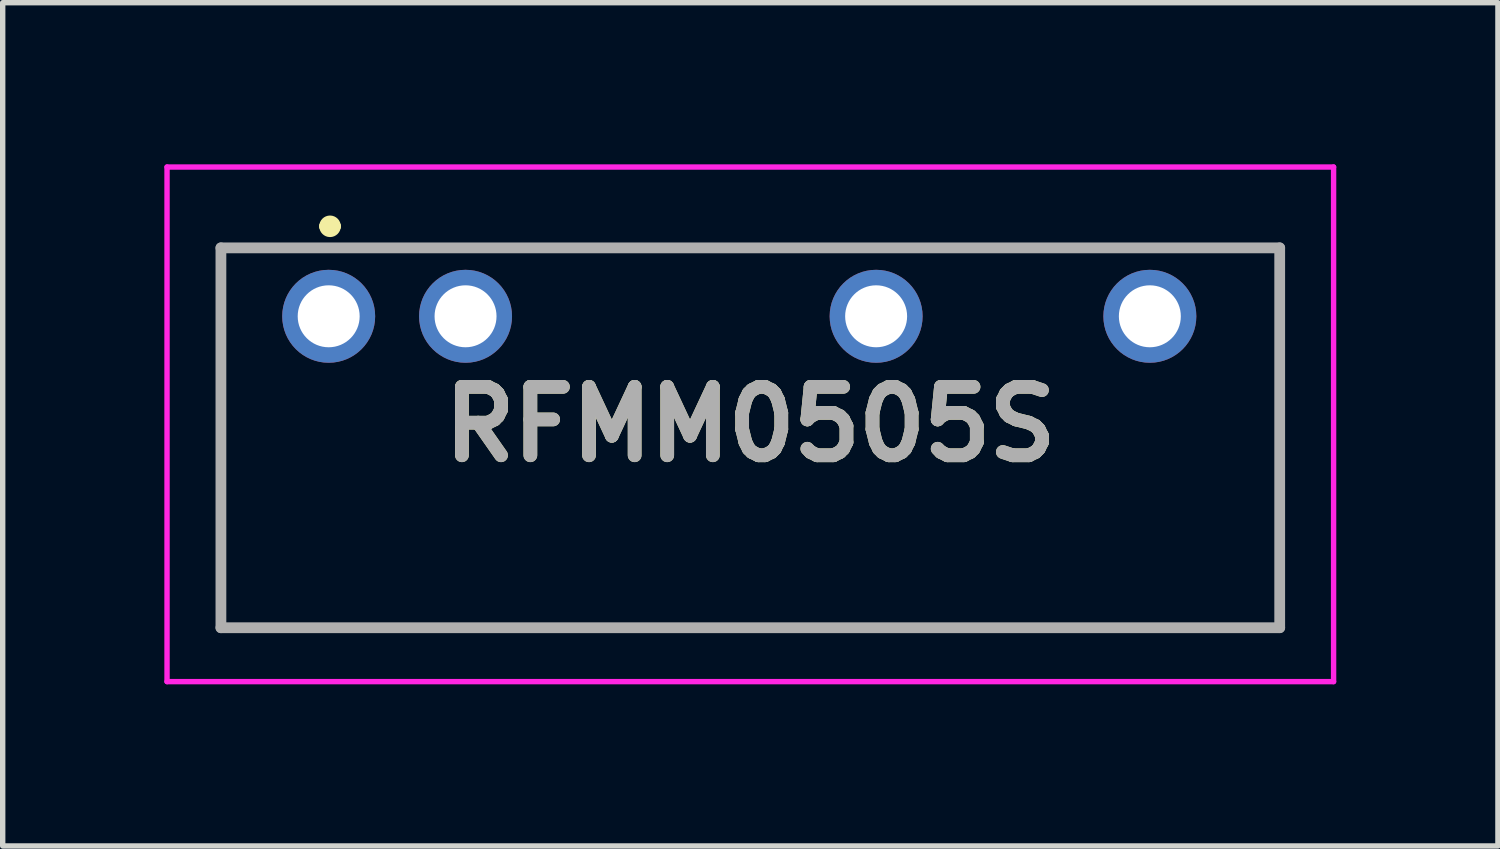
<source format=kicad_pcb>
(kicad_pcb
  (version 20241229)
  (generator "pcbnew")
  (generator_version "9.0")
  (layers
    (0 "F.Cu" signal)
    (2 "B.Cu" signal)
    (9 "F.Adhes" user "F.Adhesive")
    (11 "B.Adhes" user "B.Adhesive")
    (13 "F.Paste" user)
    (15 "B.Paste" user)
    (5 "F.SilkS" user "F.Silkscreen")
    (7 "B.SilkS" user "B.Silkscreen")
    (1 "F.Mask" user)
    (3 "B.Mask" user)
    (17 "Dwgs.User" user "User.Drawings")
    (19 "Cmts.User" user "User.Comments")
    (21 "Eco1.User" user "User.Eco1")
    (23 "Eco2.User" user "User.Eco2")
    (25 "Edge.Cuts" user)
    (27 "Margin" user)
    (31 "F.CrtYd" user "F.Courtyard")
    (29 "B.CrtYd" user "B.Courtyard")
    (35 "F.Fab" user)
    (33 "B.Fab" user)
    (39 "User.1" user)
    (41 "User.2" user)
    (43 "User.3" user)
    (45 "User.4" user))
  (footprint "RFMM0505S"
    (layer "F.Cu")
    (at 10.875 4.825)
    (property "Reference" "RFMM0505S" (at 0 0 0) (layer "F.SilkS") (effects (font (size 1.27 1.27) (thickness 0.254))))
    (attr through_hole)
    (fp_line (start -9.825 -3.275) (end 9.825 -3.275) (stroke (width 0.1) (type solid)) (layer "F.SilkS"))
    (fp_line (start -9.825 3.775) (end -9.825 -3.275) (stroke (width 0.1) (type solid)) (layer "F.SilkS"))
    (fp_line (start -7.9 -3.675) (end -7.9 -3.675) (stroke (width 0.2) (type solid)) (layer "F.SilkS"))
    (fp_line (start -7.7 -3.675) (end -7.7 -3.675) (stroke (width 0.2) (type solid)) (layer "F.SilkS"))
    (fp_line (start 9.825 -3.275) (end 9.825 3.775) (stroke (width 0.1) (type solid)) (layer "F.SilkS"))
    (fp_line (start 9.825 3.775) (end -9.825 3.775) (stroke (width 0.1) (type solid)) (layer "F.SilkS"))
    (fp_arc (start -7.9 -3.675) (mid -7.8 -3.775) (end -7.7 -3.675) (stroke (width 0.2) (type solid)) (layer "F.SilkS"))
    (fp_arc (start -7.7 -3.675) (mid -7.8 -3.575) (end -7.9 -3.675) (stroke (width 0.2) (type solid)) (layer "F.SilkS"))
    (fp_line (start -10.825 -4.775) (end 10.825 -4.775) (stroke (width 0.1) (type solid)) (layer "F.CrtYd"))
    (fp_line (start -10.825 4.775) (end -10.825 -4.775) (stroke (width 0.1) (type solid)) (layer "F.CrtYd"))
    (fp_line (start 10.825 -4.775) (end 10.825 4.775) (stroke (width 0.1) (type solid)) (layer "F.CrtYd"))
    (fp_line (start 10.825 4.775) (end -10.825 4.775) (stroke (width 0.1) (type solid)) (layer "F.CrtYd"))
    (fp_line (start -9.825 -3.275) (end 9.825 -3.275) (stroke (width 0.2) (type solid)) (layer "F.Fab"))
    (fp_line (start -9.825 3.775) (end -9.825 -3.275) (stroke (width 0.2) (type solid)) (layer "F.Fab"))
    (fp_line (start 9.825 -3.275) (end 9.825 3.775) (stroke (width 0.2) (type solid)) (layer "F.Fab"))
    (fp_line (start 9.825 3.775) (end -9.825 3.775) (stroke (width 0.2) (type solid)) (layer "F.Fab"))
    (fp_text user "${REFERENCE}" (at 0 0 0) (layer "F.Fab") (effects (font (size 1.27 1.27) (thickness 0.254))))
    (pad "1" thru_hole circle (at -7.825 -2.005) (size 1.725 1.725) (drill 1.15) (layers "*.Cu" "*.Mask"))
    (pad "2" thru_hole circle (at -5.285 -2.005) (size 1.725 1.725) (drill 1.15) (layers "*.Cu" "*.Mask"))
    (pad "5" thru_hole circle (at 2.335 -2.005) (size 1.725 1.725) (drill 1.15) (layers "*.Cu" "*.Mask"))
    (pad "7" thru_hole circle (at 7.415 -2.005) (size 1.725 1.725) (drill 1.15) (layers "*.Cu" "*.Mask")))
  (gr_rect
    (start -3 -3)
    (end 24.75 12.65)
    (stroke (width 0.1) (type default))
    (fill no)
    (layer "Edge.Cuts")))
</source>
